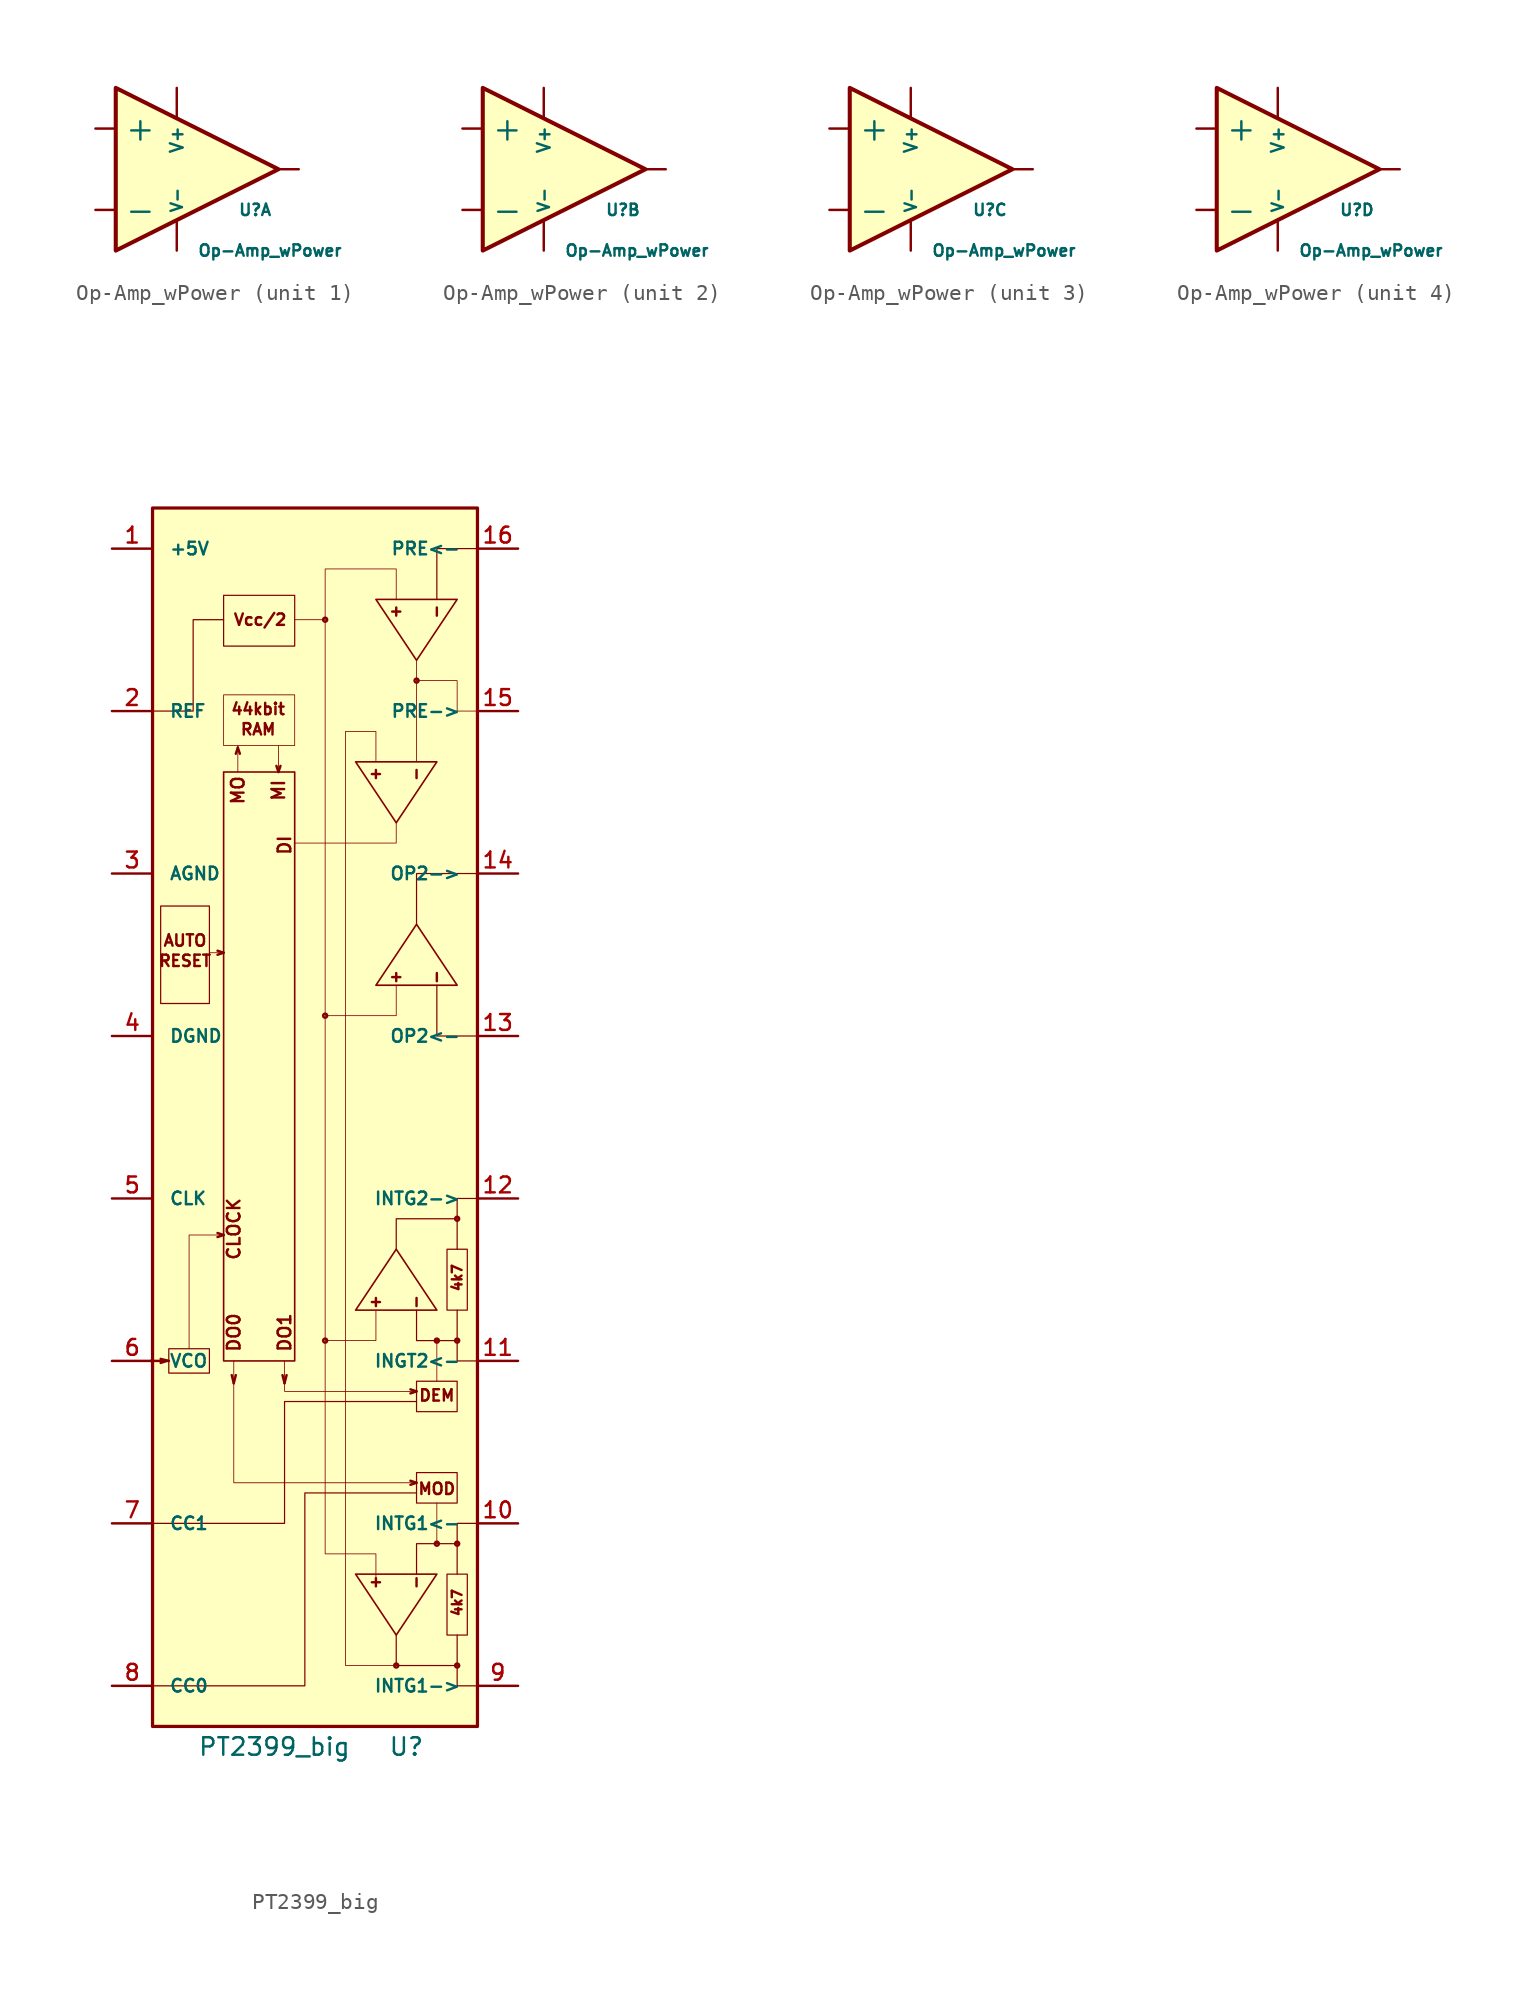
<source format=kicad_sym>
(kicad_symbol_lib
  (version 20220914)
  (generator kicad_symbol_editor)
  (symbol "Op-Amp_wPower"
    (pin_numbers hide)
    (property "Reference" "U"
      (at 2.54 -2.54 0)
      (effects (font (size 0.711 0.711)) (justify left)))
    (property "Value" "Op-Amp_wPower"
      (at 0 -5.08 0)
      (effects (font (size 0.711 0.711)) (justify left)))
    (symbol "Op-Amp_wPower_0_1"
      (polyline (pts (xy -5.08 5.08) (xy 5.08 0) (xy -5.08 -5.08) (xy -5.08 5.08)) (stroke (width 0.254) (type solid)) (fill (type background)))
      (pin power_in line (at -1.27 -5.08 90) (length 1.803) (name "V-" (effects (font (size 0.711 0.711)))) (number "4" (effects (font (size 0.991 0.991)))))
      (pin power_in line (at -1.27 5.08 270) (length 1.803) (name "V+" (effects (font (size 0.787 0.787)))) (number "8" (effects (font (size 0.991 0.991))))))
    (symbol "Op-Amp_wPower_1_1"
      (pin output line (at 6.35 0 180) (length 1.27) (name "~" (effects (font (size 0.991 0.991)))) (number "1" (effects (font (size 0.991 0.991)))))
      (pin input line (at -6.35 -2.54 0) (length 1.27) (name "-" (effects (font (size 1.499 1.499)))) (number "2" (effects (font (size 0.991 0.991)))))
      (pin input line (at -6.35 2.54 0) (length 1.27) (name "+" (effects (font (size 1.499 1.499)))) (number "3" (effects (font (size 0.991 0.991))))))
    (symbol "Op-Amp_wPower_2_1"
      (pin output line (at 6.35 0 180) (length 1.27) (name "~" (effects (font (size 0.991 0.991)))) (number "1" (effects (font (size 0.991 0.991)))))
      (pin input line (at -6.35 -2.54 0) (length 1.27) (name "-" (effects (font (size 1.499 1.499)))) (number "2" (effects (font (size 0.991 0.991)))))
      (pin input line (at -6.35 2.54 0) (length 1.27) (name "+" (effects (font (size 1.499 1.499)))) (number "3" (effects (font (size 0.991 0.991))))))
    (symbol "Op-Amp_wPower_3_1"
      (pin output line (at 6.35 0 180) (length 1.27) (name "~" (effects (font (size 0.991 0.991)))) (number "1" (effects (font (size 0.991 0.991)))))
      (pin input line (at -6.35 -2.54 0) (length 1.27) (name "-" (effects (font (size 1.499 1.499)))) (number "2" (effects (font (size 0.991 0.991)))))
      (pin input line (at -6.35 2.54 0) (length 1.27) (name "+" (effects (font (size 1.499 1.499)))) (number "3" (effects (font (size 0.991 0.991))))))
    (symbol "Op-Amp_wPower_4_1"
      (pin output line (at 6.35 0 180) (length 1.27) (name "~" (effects (font (size 0.991 0.991)))) (number "1" (effects (font (size 0.991 0.991)))))
      (pin input line (at -6.35 -2.54 0) (length 1.27) (name "-" (effects (font (size 1.499 1.499)))) (number "2" (effects (font (size 0.991 0.991)))))
      (pin input line (at -6.35 2.54 0) (length 1.27) (name "+" (effects (font (size 1.499 1.499)))) (number "3" (effects (font (size 0.991 0.991)))))))
  (symbol "PT2399_big"
    (pin_names
      (offset 1.016))
    (property "Reference" "U"
      (at 5.715 -36.83 0)
      (effects (font (size 1.092 1.092))))
    (property "Value" "PT2399_big"
      (at -2.54 -36.83 0)
      (effects (font (size 1.092 1.092))))
    (symbol "PT2399_big_0_0"
      (rectangle (start -10.16 40.64) (end 10.16 -35.56) (stroke (width 0.203) (type solid)) (fill (type background)))
      (rectangle (start -9.652 15.748) (end -6.604 9.652) (stroke (width 0.076) (type solid)) (fill (type none)))
      (rectangle (start -9.144 -11.938) (end -6.604 -13.462) (stroke (width 0.076) (type solid)) (fill (type none)))
      (rectangle (start -5.715 24.13) (end -1.27 -12.7) (stroke (width 0.102) (type solid)) (fill (type none)))
      (rectangle (start -5.715 28.956) (end -1.27 25.781) (stroke (width 0.051) (type solid)) (fill (type none)))
      (rectangle (start -5.715 35.179) (end -1.27 32.004) (stroke (width 0.076) (type solid)) (fill (type none)))
      (polyline (pts (xy -10.287 -12.7) (xy -9.144 -12.7)) (stroke (width 0) (type solid)) (fill (type none)))
      (polyline (pts (xy -9.271 -12.7) (xy -9.652 -12.827)) (stroke (width 0) (type solid)) (fill (type none)))
      (polyline (pts (xy -9.144 -12.7) (xy -9.652 -12.573)) (stroke (width 0) (type solid)) (fill (type none)))
      (polyline (pts (xy -6.604 12.827) (xy -5.715 12.827)) (stroke (width 0.051) (type solid)) (fill (type none)))
      (polyline (pts (xy -5.715 -4.826) (xy -6.096 -4.953)) (stroke (width 0) (type solid)) (fill (type none)))
      (polyline (pts (xy -5.715 -4.826) (xy -6.096 -4.699)) (stroke (width 0) (type solid)) (fill (type none)))
      (polyline (pts (xy -5.715 12.827) (xy -6.096 12.7)) (stroke (width 0) (type solid)) (fill (type none)))
      (polyline (pts (xy -5.715 12.827) (xy -6.096 12.954)) (stroke (width 0) (type solid)) (fill (type none)))
      (polyline (pts (xy -4.826 25.654) (xy -4.953 25.273)) (stroke (width 0) (type solid)) (fill (type none)))
      (polyline (pts (xy -4.826 25.654) (xy -4.699 25.273)) (stroke (width 0) (type solid)) (fill (type none)))
      (polyline (pts (xy -4.826 25.781) (xy -4.826 24.13)) (stroke (width 0.051) (type solid)) (fill (type none)))
      (polyline (pts (xy -2.286 24.13) (xy -2.413 24.511)) (stroke (width 0) (type solid)) (fill (type none)))
      (polyline (pts (xy -2.286 24.13) (xy -2.159 24.511)) (stroke (width 0) (type solid)) (fill (type none)))
      (polyline (pts (xy -2.286 25.781) (xy -2.286 24.13)) (stroke (width 0.051) (type solid)) (fill (type none)))
      (polyline (pts (xy -1.27 33.655) (xy 0.635 33.655)) (stroke (width 0.051) (type solid)) (fill (type none)))
      (polyline (pts (xy 4.826 34.163) (xy 5.334 34.163)) (stroke (width 0) (type solid)) (fill (type none)))
      (polyline (pts (xy 5.08 34.417) (xy 5.08 33.909)) (stroke (width 0) (type solid)) (fill (type none)))
      (polyline (pts (xy 6.35 29.845) (xy 6.35 24.765)) (stroke (width 0.051) (type solid)) (fill (type none)))
      (polyline (pts (xy 7.62 -21.59) (xy 7.62 -24.13)) (stroke (width 0.051) (type solid)) (fill (type none)))
      (polyline (pts (xy 7.62 -13.97) (xy 7.62 -11.43)) (stroke (width 0.051) (type solid)) (fill (type none)))
      (polyline (pts (xy 8.89 -29.845) (xy 8.89 -31.75)) (stroke (width 0.076) (type solid)) (fill (type none)))
      (polyline (pts (xy 8.89 -24.13) (xy 8.89 -26.035)) (stroke (width 0.076) (type solid)) (fill (type none)))
      (polyline (pts (xy 8.89 -9.525) (xy 8.89 -11.43)) (stroke (width 0.076) (type solid)) (fill (type none)))
      (polyline (pts (xy 8.89 -3.81) (xy 8.89 -5.715)) (stroke (width 0.076) (type solid)) (fill (type none)))
      (polyline (pts (xy -5.715 -4.826) (xy -7.874 -4.826) (xy -7.874 -11.938)) (stroke (width 0.051) (type solid)) (fill (type none)))
      (polyline (pts (xy -5.08 -12.7) (xy -5.08 -20.32) (xy 6.35 -20.32)) (stroke (width 0.051) (type solid)) (fill (type none)))
      (polyline (pts (xy -1.905 -12.7) (xy -1.905 -14.605) (xy 6.35 -14.605)) (stroke (width 0.051) (type solid)) (fill (type none)))
      (polyline (pts (xy 3.81 -9.525) (xy 3.81 -11.43) (xy 0.635 -11.43)) (stroke (width 0.051) (type solid)) (fill (type none)))
      (polyline (pts (xy 5.08 10.795) (xy 5.08 8.89) (xy 0.635 8.89)) (stroke (width 0.051) (type solid)) (fill (type none)))
      (polyline (pts (xy 5.08 20.955) (xy 5.08 19.685) (xy -1.27 19.685)) (stroke (width 0.051) (type solid)) (fill (type none)))
      (polyline (pts (xy 6.35 14.605) (xy 6.35 17.78) (xy 10.16 17.78)) (stroke (width 0.076) (type solid)) (fill (type none)))
      (polyline (pts (xy 7.62 34.925) (xy 7.62 38.1) (xy 10.16 38.1)) (stroke (width 0.076) (type solid)) (fill (type none)))
      (polyline (pts (xy 10.16 7.62) (xy 7.62 7.62) (xy 7.62 10.795)) (stroke (width 0.076) (type solid)) (fill (type none)))
      (polyline (pts (xy -5.715 33.655) (xy -7.62 33.655) (xy -7.62 27.94) (xy -10.16 27.94)) (stroke (width 0.076) (type solid)) (fill (type none)))
      (polyline (pts (xy 2.54 -9.525) (xy 7.62 -9.525) (xy 5.08 -5.715) (xy 2.54 -9.525)) (stroke (width 0.102) (type solid)) (fill (type none)))
      (polyline (pts (xy 6.35 -20.955) (xy -0.635 -20.955) (xy -0.635 -33.02) (xy -10.16 -33.02)) (stroke (width 0.076) (type solid)) (fill (type none)))
      (polyline (pts (xy 6.35 -15.24) (xy -1.905 -15.24) (xy -1.905 -22.86) (xy -10.16 -22.86)) (stroke (width 0.076) (type solid)) (fill (type none)))
      (polyline (pts (xy 7.62 -26.035) (xy 2.54 -26.035) (xy 5.08 -29.845) (xy 7.62 -26.035)) (stroke (width 0.102) (type solid)) (fill (type none)))
      (polyline (pts (xy 3.81 24.765) (xy 3.81 26.67) (xy 1.905 26.67) (xy 1.905 -31.75) (xy 5.08 -31.75)) (stroke (width 0.051) (type solid)) (fill (type none)))
      (polyline (pts (xy 5.08 -29.845) (xy 5.08 -31.75) (xy 8.89 -31.75) (xy 8.89 -33.02) (xy 10.16 -33.02)) (stroke (width 0.076) (type solid)) (fill (type none)))
      (polyline (pts (xy 5.08 -5.715) (xy 5.08 -3.81) (xy 8.89 -3.81) (xy 8.89 -2.54) (xy 10.16 -2.54)) (stroke (width 0.076) (type solid)) (fill (type none)))
      (polyline (pts (xy 6.35 -26.035) (xy 6.35 -24.13) (xy 8.89 -24.13) (xy 8.89 -22.86) (xy 10.16 -22.86)) (stroke (width 0.076) (type solid)) (fill (type none)))
      (polyline (pts (xy 6.35 -9.525) (xy 6.35 -11.43) (xy 8.89 -11.43) (xy 8.89 -12.7) (xy 10.16 -12.7)) (stroke (width 0.076) (type solid)) (fill (type none)))
      (polyline (pts (xy 6.35 31.115) (xy 6.35 29.845) (xy 8.89 29.845) (xy 8.89 27.94) (xy 10.16 27.94)) (stroke (width 0.051) (type solid)) (fill (type none)))
      (polyline (pts (xy 5.08 34.925) (xy 5.08 36.83) (xy 0.635 36.83) (xy 0.635 33.655) (xy 0.635 -24.765) (xy 3.81 -24.765) (xy 3.81 -26.67)) (stroke (width 0.051) (type solid)) (fill (type none)))
      (circle (center 0.635 -11.43) (radius 0.127) (stroke (width 0) (type solid)) (fill (type none)))
      (circle (center 0.635 8.89) (radius 0.127) (stroke (width 0) (type solid)) (fill (type none)))
      (circle (center 0.635 33.655) (radius 0.127) (stroke (width 0) (type solid)) (fill (type none)))
      (circle (center 5.08 -31.75) (radius 0.127) (stroke (width 0) (type solid)) (fill (type none)))
      (rectangle (start 6.35 -19.685) (end 8.89 -21.59) (stroke (width 0.076) (type solid)) (fill (type none)))
      (rectangle (start 6.35 -13.97) (end 8.89 -15.875) (stroke (width 0.076) (type solid)) (fill (type none)))
      (circle (center 6.35 29.845) (radius 0.127) (stroke (width 0) (type solid)) (fill (type none)))
      (circle (center 7.62 -24.13) (radius 0.127) (stroke (width 0) (type solid)) (fill (type none)))
      (circle (center 7.62 -11.43) (radius 0.127) (stroke (width 0) (type solid)) (fill (type none)))
      (rectangle (start 8.255 -26.035) (end 9.525 -29.845) (stroke (width 0.076) (type solid)) (fill (type none)))
      (rectangle (start 8.255 -5.715) (end 9.525 -9.525) (stroke (width 0.076) (type solid)) (fill (type none)))
      (circle (center 8.89 -31.75) (radius 0.127) (stroke (width 0) (type solid)) (fill (type none)))
      (circle (center 8.89 -24.13) (radius 0.127) (stroke (width 0) (type solid)) (fill (type none)))
      (circle (center 8.89 -11.43) (radius 0.127) (stroke (width 0) (type solid)) (fill (type none)))
      (circle (center 8.89 -3.81) (radius 0.127) (stroke (width 0) (type solid)) (fill (type none)))
      (text "44kbit" (at -3.556 28.067 0) (effects (font (size 0.711 0.711))))
      (text "AUTO" (at -8.128 13.589 0) (effects (font (size 0.711 0.711))))
      (text "DEM" (at 7.62 -14.859 0) (effects (font (size 0.711 0.711))))
      (text "DI" (at -1.905 19.558 900) (effects (font (size 0.787 0.787))))
      (text "DO0" (at -5.08 -10.922 900) (effects (font (size 0.787 0.787))))
      (text "DO1" (at -1.905 -10.922 900) (effects (font (size 0.787 0.787))))
      (text "MI" (at -2.286 22.987 900) (effects (font (size 0.787 0.787))))
      (text "MO" (at -4.826 22.987 900) (effects (font (size 0.787 0.787))))
      (text "MOD" (at 7.62 -20.701 0) (effects (font (size 0.711 0.711))))
      (text "RAM" (at -3.556 26.797 0) (effects (font (size 0.711 0.711))))
      (text "RESET" (at -8.128 12.319 0) (effects (font (size 0.711 0.711))))
      (text "Vcc/2" (at -3.429 33.655 0) (effects (font (size 0.711 0.711)))))
    (symbol "PT2399_big_0_1"
      (polyline (pts (xy -5.08 -14.097) (xy -5.207 -13.589)) (stroke (width 0) (type solid)) (fill (type none)))
      (polyline (pts (xy -5.08 -14.097) (xy -4.953 -13.589)) (stroke (width 0) (type solid)) (fill (type none)))
      (polyline (pts (xy -1.905 -14.097) (xy -2.032 -13.589)) (stroke (width 0) (type solid)) (fill (type none)))
      (polyline (pts (xy -1.905 -14.097) (xy -1.778 -13.589)) (stroke (width 0) (type solid)) (fill (type none)))
      (polyline (pts (xy 3.556 -26.543) (xy 4.064 -26.543)) (stroke (width 0) (type solid)) (fill (type none)))
      (polyline (pts (xy 3.556 -9.017) (xy 4.064 -9.017)) (stroke (width 0) (type solid)) (fill (type none)))
      (polyline (pts (xy 3.556 24.003) (xy 4.064 24.003)) (stroke (width 0) (type solid)) (fill (type none)))
      (polyline (pts (xy 3.81 -26.289) (xy 3.81 -26.797)) (stroke (width 0) (type solid)) (fill (type none)))
      (polyline (pts (xy 3.81 -9.271) (xy 3.81 -8.763)) (stroke (width 0) (type solid)) (fill (type none)))
      (polyline (pts (xy 3.81 24.257) (xy 3.81 23.749)) (stroke (width 0) (type solid)) (fill (type none)))
      (polyline (pts (xy 4.826 11.303) (xy 5.334 11.303)) (stroke (width 0) (type solid)) (fill (type none)))
      (polyline (pts (xy 5.08 11.049) (xy 5.08 11.557)) (stroke (width 0) (type solid)) (fill (type none)))
      (polyline (pts (xy 6.35 -26.289) (xy 6.35 -26.797)) (stroke (width 0) (type solid)) (fill (type none)))
      (polyline (pts (xy 6.35 -20.32) (xy 5.969 -20.447)) (stroke (width 0) (type solid)) (fill (type none)))
      (polyline (pts (xy 6.35 -20.32) (xy 5.969 -20.193)) (stroke (width 0) (type solid)) (fill (type none)))
      (polyline (pts (xy 6.35 -14.605) (xy 5.969 -14.732)) (stroke (width 0) (type solid)) (fill (type none)))
      (polyline (pts (xy 6.35 -14.605) (xy 5.969 -14.478)) (stroke (width 0) (type solid)) (fill (type none)))
      (polyline (pts (xy 6.35 -9.271) (xy 6.35 -8.763)) (stroke (width 0) (type solid)) (fill (type none)))
      (polyline (pts (xy 6.35 24.257) (xy 6.35 23.749)) (stroke (width 0) (type solid)) (fill (type none)))
      (polyline (pts (xy 7.62 11.049) (xy 7.62 11.557)) (stroke (width 0) (type solid)) (fill (type none)))
      (polyline (pts (xy 7.62 34.417) (xy 7.62 33.909)) (stroke (width 0) (type solid)) (fill (type none)))
      (polyline (pts (xy 7.62 24.765) (xy 2.54 24.765) (xy 5.08 20.955) (xy 7.62 24.765)) (stroke (width 0.102) (type solid)) (fill (type none)))
      (polyline (pts (xy 8.89 10.795) (xy 3.81 10.795) (xy 6.35 14.605) (xy 8.89 10.795)) (stroke (width 0.102) (type solid)) (fill (type none)))
      (polyline (pts (xy 8.89 34.925) (xy 3.81 34.925) (xy 6.35 31.115) (xy 8.89 34.925)) (stroke (width 0.102) (type solid)) (fill (type none))))
    (symbol "PT2399_big_1_0"
      (text "4k7" (at 8.89 -27.813 900) (effects (font (size 0.61 0.61))))
      (text "4k7" (at 8.89 -7.493 900) (effects (font (size 0.61 0.61))))
      (text "CLOCK" (at -5.08 -4.445 900) (effects (font (size 0.787 0.787)))))
    (symbol "PT2399_big_1_1"
      (pin power_in line (at -12.7 38.1 0) (length 2.54) (name "+5V" (effects (font (size 0.787 0.787)))) (number "1" (effects (font (size 0.991 0.991)))))
      (pin input line (at 12.7 -22.86 180) (length 2.54) (name "INTG1<-" (effects (font (size 0.787 0.787)))) (number "10" (effects (font (size 0.991 0.991)))))
      (pin input line (at 12.7 -12.7 180) (length 2.54) (name "INGT2<-" (effects (font (size 0.787 0.787)))) (number "11" (effects (font (size 0.991 0.991)))))
      (pin output line (at 12.7 -2.54 180) (length 2.54) (name "INTG2->" (effects (font (size 0.787 0.787)))) (number "12" (effects (font (size 0.991 0.991)))))
      (pin input line (at 12.7 7.62 180) (length 2.54) (name "OP2<-" (effects (font (size 0.787 0.787)))) (number "13" (effects (font (size 0.991 0.991)))))
      (pin output line (at 12.7 17.78 180) (length 2.54) (name "OP2->" (effects (font (size 0.787 0.787)))) (number "14" (effects (font (size 0.991 0.991)))))
      (pin output line (at 12.7 27.94 180) (length 2.54) (name "PRE->" (effects (font (size 0.787 0.787)))) (number "15" (effects (font (size 0.991 0.991)))))
      (pin input line (at 12.7 38.1 180) (length 2.54) (name "PRE<-" (effects (font (size 0.787 0.787)))) (number "16" (effects (font (size 0.991 0.991)))))
      (pin passive line (at -12.7 27.94 0) (length 2.54) (name "REF" (effects (font (size 0.787 0.787)))) (number "2" (effects (font (size 0.991 0.991)))))
      (pin power_in line (at -12.7 17.78 0) (length 2.54) (name "AGND" (effects (font (size 0.787 0.787)))) (number "3" (effects (font (size 0.991 0.991)))))
      (pin power_in line (at -12.7 7.62 0) (length 2.54) (name "DGND" (effects (font (size 0.787 0.787)))) (number "4" (effects (font (size 0.991 0.991)))))
      (pin passive line (at -12.7 -2.54 0) (length 2.54) (name "CLK" (effects (font (size 0.787 0.787)))) (number "5" (effects (font (size 0.991 0.991)))))
      (pin passive line (at -12.7 -12.7 0) (length 2.54) (name "VCO" (effects (font (size 0.787 0.787)))) (number "6" (effects (font (size 0.991 0.991)))))
      (pin passive line (at -12.7 -22.86 0) (length 2.54) (name "CC1" (effects (font (size 0.787 0.787)))) (number "7" (effects (font (size 0.991 0.991)))))
      (pin passive line (at -12.7 -33.02 0) (length 2.54) (name "CC0" (effects (font (size 0.787 0.787)))) (number "8" (effects (font (size 0.991 0.991)))))
      (pin output line (at 12.7 -33.02 180) (length 2.54) (name "INTG1->" (effects (font (size 0.787 0.787)))) (number "9" (effects (font (size 0.991 0.991))))))))
</source>
